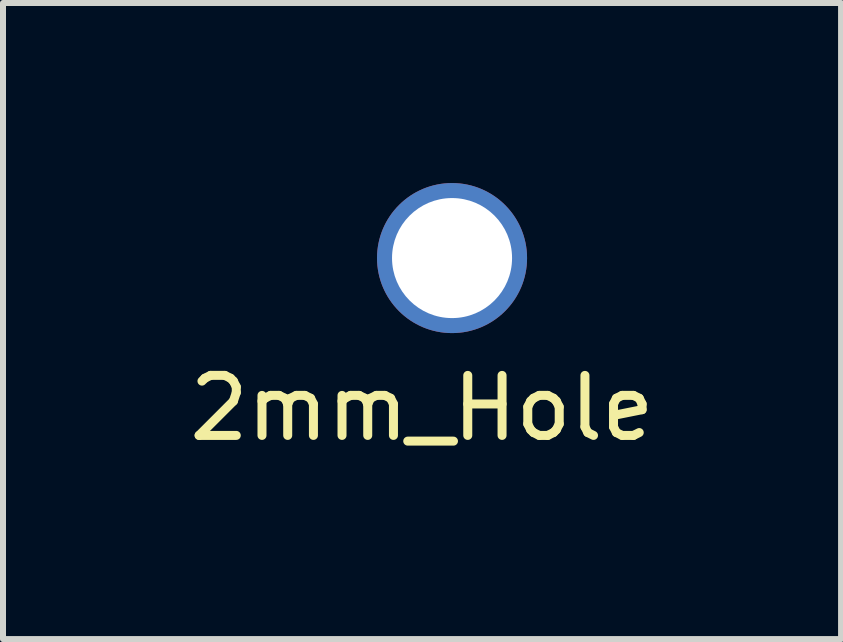
<source format=kicad_pcb>
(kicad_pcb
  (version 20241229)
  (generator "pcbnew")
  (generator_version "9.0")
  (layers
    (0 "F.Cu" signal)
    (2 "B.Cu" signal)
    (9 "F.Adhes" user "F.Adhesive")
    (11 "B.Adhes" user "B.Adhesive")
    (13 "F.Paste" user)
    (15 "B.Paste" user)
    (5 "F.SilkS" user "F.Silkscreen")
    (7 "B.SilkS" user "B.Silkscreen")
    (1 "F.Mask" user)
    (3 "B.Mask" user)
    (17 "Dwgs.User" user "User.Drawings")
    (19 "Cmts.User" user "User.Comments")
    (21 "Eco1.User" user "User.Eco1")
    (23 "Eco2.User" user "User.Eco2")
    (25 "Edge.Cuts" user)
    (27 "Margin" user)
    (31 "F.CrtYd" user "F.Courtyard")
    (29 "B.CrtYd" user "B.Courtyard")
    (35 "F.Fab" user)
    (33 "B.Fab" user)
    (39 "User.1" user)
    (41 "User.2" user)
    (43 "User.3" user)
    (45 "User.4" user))
  (footprint "2mm_Hole"
    (layer "F.Cu")
    (at 4.482 1.25)
    (property "Reference" "2mm_Hole" (at -0.5 2.5 0) (layer "F.SilkS") (effects (font (size 1 1) (thickness 0.15))))
    (attr through_hole)
    (pad "1" thru_hole circle (at 0 0) (size 2.5 2.5) (drill 2) (layers "*.Cu" "*.Mask")))
  (gr_rect
    (start -3 -3)
    (end 10.964 7.598)
    (stroke (width 0.1) (type default))
    (fill no)
    (layer "Edge.Cuts")))
</source>
